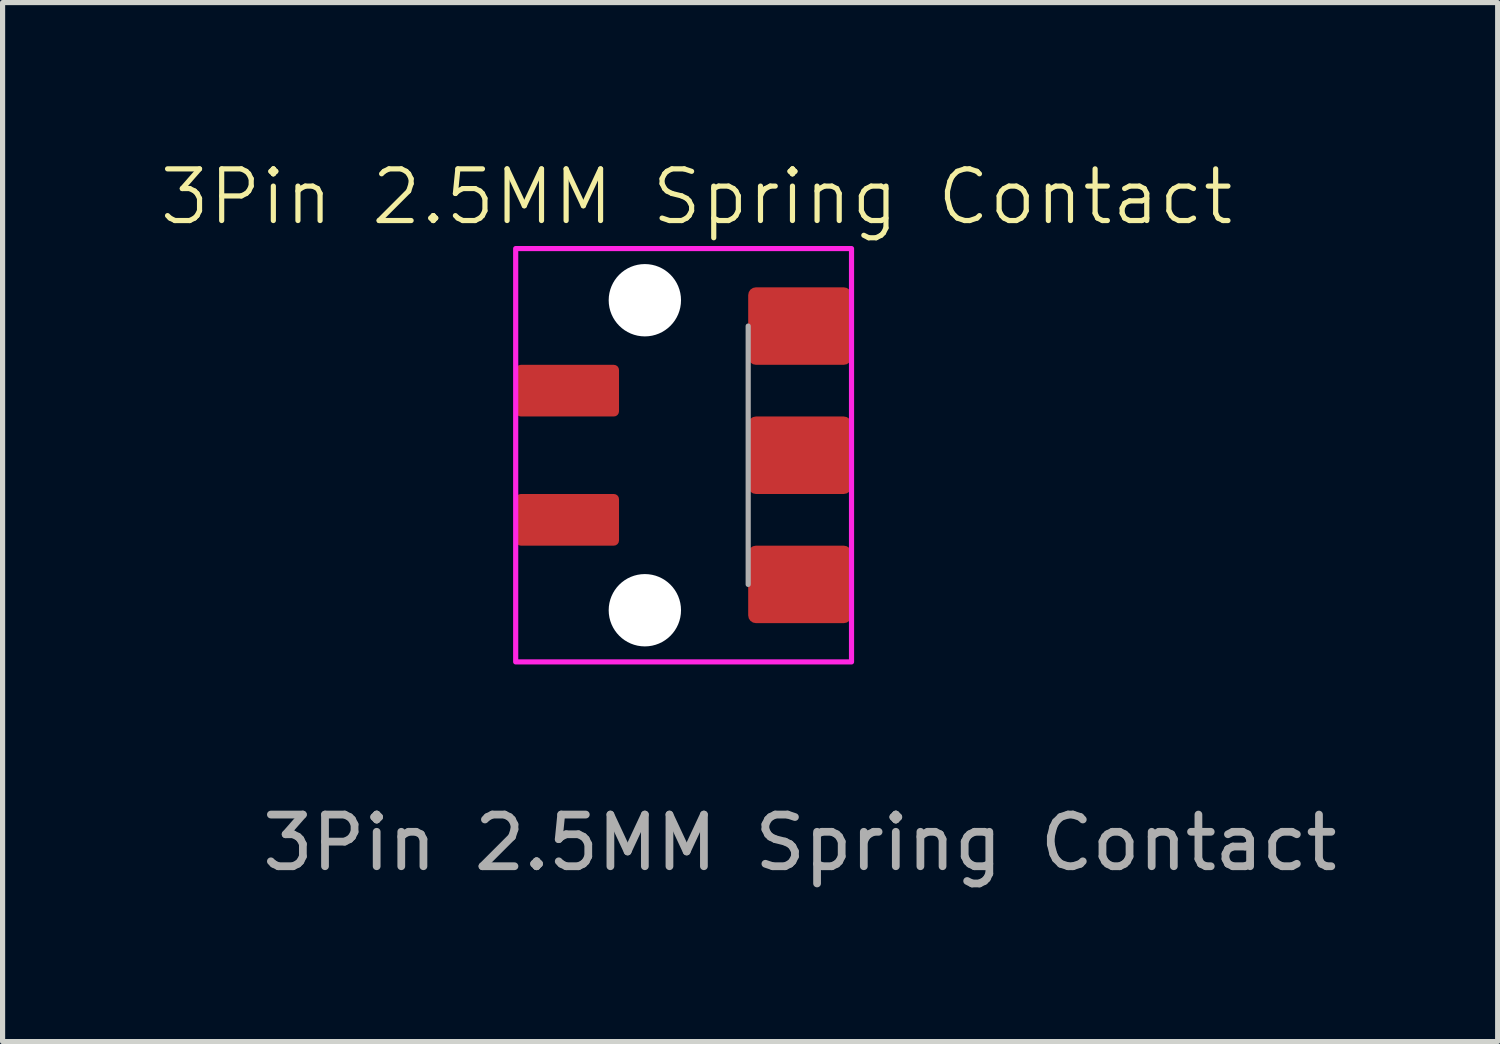
<source format=kicad_pcb>
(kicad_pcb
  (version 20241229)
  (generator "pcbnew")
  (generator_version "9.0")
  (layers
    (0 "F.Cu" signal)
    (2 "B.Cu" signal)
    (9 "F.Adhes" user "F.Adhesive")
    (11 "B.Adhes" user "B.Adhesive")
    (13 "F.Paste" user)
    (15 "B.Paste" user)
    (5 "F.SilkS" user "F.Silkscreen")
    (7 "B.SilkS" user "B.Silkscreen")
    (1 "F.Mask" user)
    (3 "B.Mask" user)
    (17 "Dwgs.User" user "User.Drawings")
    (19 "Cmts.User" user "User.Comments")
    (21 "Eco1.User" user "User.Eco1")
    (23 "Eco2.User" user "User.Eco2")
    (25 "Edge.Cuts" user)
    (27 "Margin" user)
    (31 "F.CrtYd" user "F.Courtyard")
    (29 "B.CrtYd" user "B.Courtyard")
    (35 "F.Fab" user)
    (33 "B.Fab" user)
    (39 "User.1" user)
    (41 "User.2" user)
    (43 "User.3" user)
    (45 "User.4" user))
  (footprint "3Pin 2.5MM Spring Contact"
    (layer "F.Cu")
    (at 12.431 5.761)
    (property "Reference" "3Pin 2.5MM Spring Contact" (at -2 -5 0) (unlocked yes) (layer "F.SilkS") (effects (font (size 1 1) (thickness 0.1))))
    (attr smd)
    (fp_rect (start -5.5 -4) (end 1 4) (stroke (width 0.1) (type default)) (fill no) (layer "F.CrtYd"))
    (fp_line (start -1 -2.5) (end -1 2.5) (stroke (width 0.1) (type default)) (layer "F.Fab"))
    (fp_text user "${REFERENCE}" (at 0 7.5 0) (unlocked yes) (layer "F.Fab") (effects (font (size 1 1) (thickness 0.15))))
    (pad "" np_thru_hole circle (at -3 -3) (size 1.4 1.4) (drill 1.4) (layers "*.Cu" "*.Mask"))
    (pad "" np_thru_hole circle (at -3 3) (size 1.4 1.4) (drill 1.4) (layers "*.Cu" "*.Mask"))
    (pad "1" smd roundrect (at 0 2.5) (size 2 1.5) (layers "F.Cu" "F.Mask" "F.Paste") (roundrect_rratio 0.1))
    (pad "2" smd roundrect (at 0 -2.5) (size 2 1.5) (layers "F.Cu" "F.Mask" "F.Paste") (roundrect_rratio 0.1))
    (pad "3" smd roundrect (at 0 0) (size 2 1.5) (layers "F.Cu" "F.Mask" "F.Paste") (roundrect_rratio 0.1))
    (pad "4" smd roundrect (at -4.5 -1.25) (size 2 1) (layers "F.Cu" "F.Mask" "F.Paste") (roundrect_rratio 0.1))
    (pad "4" smd roundrect (at -4.5 1.25) (size 2 1) (layers "F.Cu" "F.Mask" "F.Paste") (roundrect_rratio 0.1)))
  (gr_rect
    (start -3 -3)
    (end 25.937 17.109)
    (stroke (width 0.1) (type default))
    (fill no)
    (layer "Edge.Cuts")))
</source>
